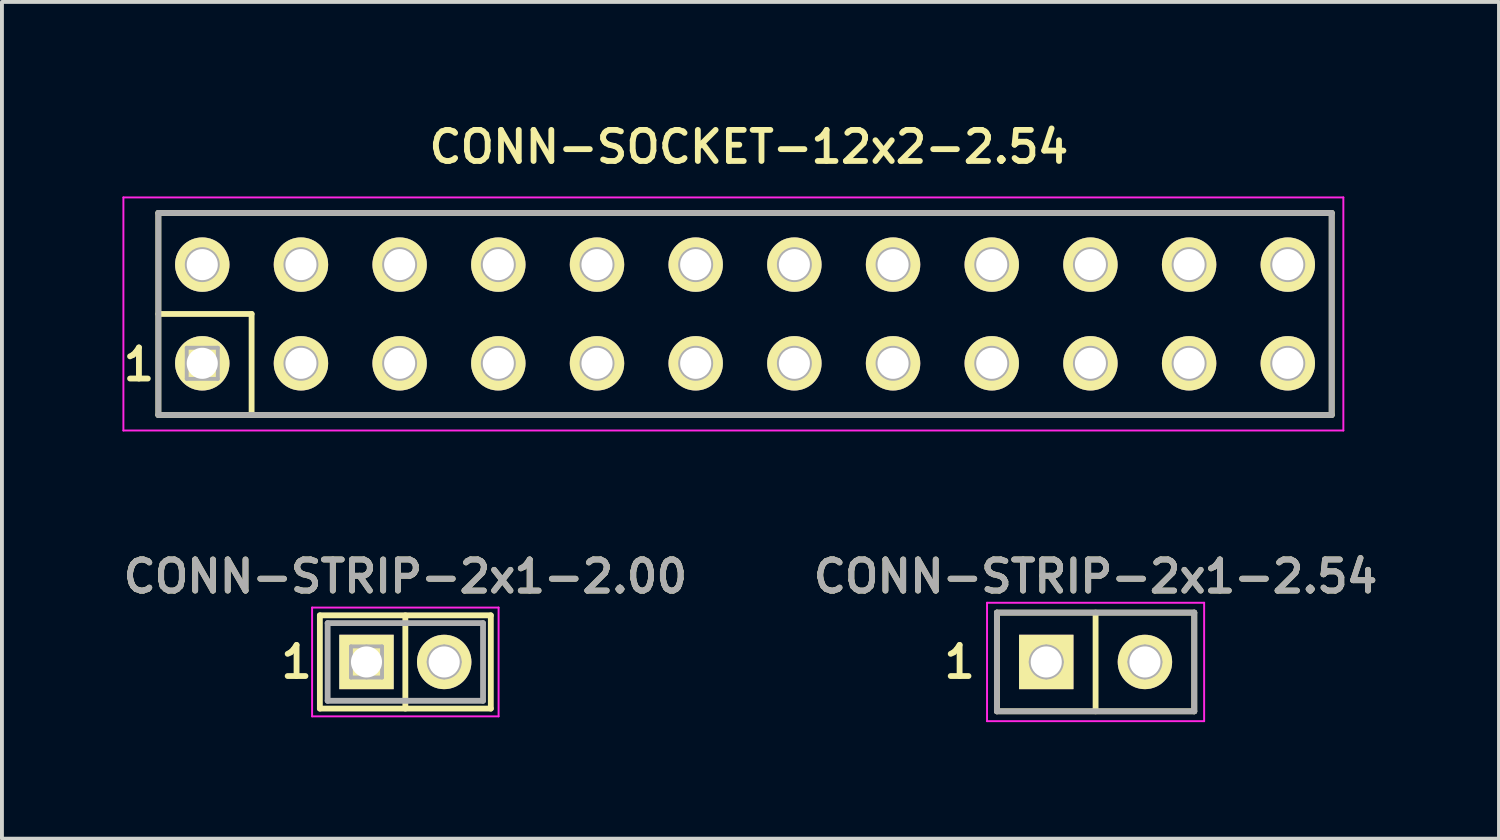
<source format=kicad_pcb>
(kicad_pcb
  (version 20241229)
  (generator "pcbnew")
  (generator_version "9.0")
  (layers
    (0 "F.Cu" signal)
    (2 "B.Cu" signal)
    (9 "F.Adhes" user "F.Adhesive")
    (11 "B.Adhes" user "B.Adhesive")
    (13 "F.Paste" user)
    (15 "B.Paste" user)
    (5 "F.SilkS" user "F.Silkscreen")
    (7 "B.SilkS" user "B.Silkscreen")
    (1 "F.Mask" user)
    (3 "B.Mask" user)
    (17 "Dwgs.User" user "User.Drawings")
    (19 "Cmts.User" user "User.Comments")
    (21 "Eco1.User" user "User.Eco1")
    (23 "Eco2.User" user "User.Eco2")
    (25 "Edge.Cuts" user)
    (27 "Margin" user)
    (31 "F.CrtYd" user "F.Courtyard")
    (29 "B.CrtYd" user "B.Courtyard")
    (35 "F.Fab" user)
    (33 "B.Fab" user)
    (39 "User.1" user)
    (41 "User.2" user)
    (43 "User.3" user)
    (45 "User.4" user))
  (footprint "CONN-SOCKET-12x2-2.54"
    (layer "F.Cu")
    (at 16.126 5.031)
    (property "Reference" "CONN-SOCKET-12x2-2.54" (at 0.1 -4.3 0) (layer "F.SilkS") (effects (font (size 0.8 0.8) (thickness 0.15))))
    (attr through_hole)
    (fp_line (start -15.1 -2.6) (end 15.1 -2.6) (stroke (width 0.15) (type solid)) (layer "F.SilkS"))
    (fp_line (start -15.1 0) (end -12.7 0) (stroke (width 0.15) (type solid)) (layer "F.SilkS"))
    (fp_line (start -15.1 2.6) (end -15.1 -2.6) (stroke (width 0.15) (type solid)) (layer "F.SilkS"))
    (fp_line (start -12.7 0) (end -12.7 2.6) (stroke (width 0.15) (type solid)) (layer "F.SilkS"))
    (fp_line (start 15.1 -2.6) (end 15.1 2.6) (stroke (width 0.15) (type solid)) (layer "F.SilkS"))
    (fp_line (start 15.1 2.6) (end -15.1 2.6) (stroke (width 0.15) (type solid)) (layer "F.SilkS"))
    (fp_line (start -16 -3) (end -16 3) (stroke (width 0.05) (type solid)) (layer "F.CrtYd"))
    (fp_line (start -16 3) (end 15.4 3) (stroke (width 0.05) (type solid)) (layer "F.CrtYd"))
    (fp_line (start 15.4 -3) (end -16 -3) (stroke (width 0.05) (type solid)) (layer "F.CrtYd"))
    (fp_line (start 15.4 3) (end 15.4 -3) (stroke (width 0.05) (type solid)) (layer "F.CrtYd"))
    (fp_line (start -15.1 -2.6) (end -15.1 2.6) (stroke (width 0.15) (type solid)) (layer "F.Fab"))
    (fp_line (start -15.1 2.6) (end 15.1 2.6) (stroke (width 0.15) (type solid)) (layer "F.Fab"))
    (fp_line (start -14.37 0.87) (end -13.57 0.87) (stroke (width 0.1) (type solid)) (layer "F.Fab"))
    (fp_line (start -14.37 1.67) (end -14.37 0.87) (stroke (width 0.1) (type solid)) (layer "F.Fab"))
    (fp_line (start -13.57 0.87) (end -13.57 1.67) (stroke (width 0.1) (type solid)) (layer "F.Fab"))
    (fp_line (start -13.57 1.67) (end -14.37 1.67) (stroke (width 0.1) (type solid)) (layer "F.Fab"))
    (fp_line (start 15.1 -2.6) (end -15.1 -2.6) (stroke (width 0.15) (type solid)) (layer "F.Fab"))
    (fp_line (start 15.1 2.6) (end 15.1 -2.6) (stroke (width 0.15) (type solid)) (layer "F.Fab"))
    (fp_circle (center -13.97 -1.27) (end -13.57 -1.27) (stroke (width 0.1) (type solid)) (fill no) (layer "F.Fab"))
    (fp_circle (center -11.43 -1.27) (end -11.03 -1.27) (stroke (width 0.1) (type solid)) (fill no) (layer "F.Fab"))
    (fp_circle (center -11.43 1.27) (end -11.03 1.27) (stroke (width 0.1) (type solid)) (fill no) (layer "F.Fab"))
    (fp_circle (center -8.89 -1.27) (end -8.49 -1.27) (stroke (width 0.1) (type solid)) (fill no) (layer "F.Fab"))
    (fp_circle (center -8.89 1.27) (end -8.49 1.27) (stroke (width 0.1) (type solid)) (fill no) (layer "F.Fab"))
    (fp_circle (center -6.35 -1.27) (end -5.95 -1.27) (stroke (width 0.1) (type solid)) (fill no) (layer "F.Fab"))
    (fp_circle (center -6.35 1.27) (end -5.95 1.27) (stroke (width 0.1) (type solid)) (fill no) (layer "F.Fab"))
    (fp_circle (center -3.81 -1.27) (end -3.41 -1.27) (stroke (width 0.1) (type solid)) (fill no) (layer "F.Fab"))
    (fp_circle (center -3.81 1.27) (end -3.41 1.27) (stroke (width 0.1) (type solid)) (fill no) (layer "F.Fab"))
    (fp_circle (center -1.27 -1.27) (end -0.87 -1.27) (stroke (width 0.1) (type solid)) (fill no) (layer "F.Fab"))
    (fp_circle (center -1.27 1.27) (end -0.87 1.27) (stroke (width 0.1) (type solid)) (fill no) (layer "F.Fab"))
    (fp_circle (center 1.27 -1.27) (end 1.67 -1.27) (stroke (width 0.1) (type solid)) (fill no) (layer "F.Fab"))
    (fp_circle (center 1.27 1.27) (end 1.67 1.27) (stroke (width 0.1) (type solid)) (fill no) (layer "F.Fab"))
    (fp_circle (center 3.81 -1.27) (end 4.21 -1.27) (stroke (width 0.1) (type solid)) (fill no) (layer "F.Fab"))
    (fp_circle (center 3.81 1.27) (end 4.21 1.27) (stroke (width 0.1) (type solid)) (fill no) (layer "F.Fab"))
    (fp_circle (center 6.35 -1.27) (end 6.75 -1.27) (stroke (width 0.1) (type solid)) (fill no) (layer "F.Fab"))
    (fp_circle (center 6.35 1.27) (end 6.75 1.27) (stroke (width 0.1) (type solid)) (fill no) (layer "F.Fab"))
    (fp_circle (center 8.89 -1.27) (end 9.29 -1.27) (stroke (width 0.1) (type solid)) (fill no) (layer "F.Fab"))
    (fp_circle (center 8.89 1.27) (end 9.29 1.27) (stroke (width 0.1) (type solid)) (fill no) (layer "F.Fab"))
    (fp_circle (center 11.43 -1.27) (end 11.83 -1.27) (stroke (width 0.1) (type solid)) (fill no) (layer "F.Fab"))
    (fp_circle (center 11.43 1.27) (end 11.83 1.27) (stroke (width 0.1) (type solid)) (fill no) (layer "F.Fab"))
    (fp_circle (center 13.97 -1.27) (end 14.37 -1.27) (stroke (width 0.1) (type solid)) (fill no) (layer "F.Fab"))
    (fp_circle (center 13.97 1.27) (end 14.37 1.27) (stroke (width 0.1) (type solid)) (fill no) (layer "F.Fab"))
    (fp_text user "1" (at -15.6 1.3 0) (layer "F.SilkS") (effects (font (size 0.8 0.8) (thickness 0.15))))
    (pad "1" thru_hole circle (at -13.97 1.27) (size 1.4 1.4) (drill 0.8) (layers "*.Cu" "*.Mask" "F.SilkS"))
    (pad "2" thru_hole circle (at -13.97 -1.27) (size 1.4 1.4) (drill 0.8) (layers "*.Cu" "*.Mask" "F.SilkS"))
    (pad "3" thru_hole circle (at -11.43 1.27) (size 1.4 1.4) (drill 0.8) (layers "*.Cu" "*.Mask" "F.SilkS"))
    (pad "4" thru_hole circle (at -11.43 -1.27) (size 1.4 1.4) (drill 0.8) (layers "*.Cu" "*.Mask" "F.SilkS"))
    (pad "5" thru_hole circle (at -8.89 1.27) (size 1.4 1.4) (drill 0.8) (layers "*.Cu" "*.Mask" "F.SilkS"))
    (pad "6" thru_hole circle (at -8.89 -1.27) (size 1.4 1.4) (drill 0.8) (layers "*.Cu" "*.Mask" "F.SilkS"))
    (pad "7" thru_hole circle (at -6.35 1.27) (size 1.4 1.4) (drill 0.8) (layers "*.Cu" "*.Mask" "F.SilkS"))
    (pad "8" thru_hole circle (at -6.35 -1.27) (size 1.4 1.4) (drill 0.8) (layers "*.Cu" "*.Mask" "F.SilkS"))
    (pad "9" thru_hole circle (at -3.81 1.27) (size 1.4 1.4) (drill 0.8) (layers "*.Cu" "*.Mask" "F.SilkS"))
    (pad "10" thru_hole circle (at -3.81 -1.27) (size 1.4 1.4) (drill 0.8) (layers "*.Cu" "*.Mask" "F.SilkS"))
    (pad "11" thru_hole circle (at -1.27 1.27) (size 1.4 1.4) (drill 0.8) (layers "*.Cu" "*.Mask" "F.SilkS"))
    (pad "12" thru_hole circle (at -1.27 -1.27) (size 1.4 1.4) (drill 0.8) (layers "*.Cu" "*.Mask" "F.SilkS"))
    (pad "13" thru_hole circle (at 1.27 1.27) (size 1.4 1.4) (drill 0.8) (layers "*.Cu" "*.Mask" "F.SilkS"))
    (pad "14" thru_hole circle (at 1.27 -1.27) (size 1.4 1.4) (drill 0.8) (layers "*.Cu" "*.Mask" "F.SilkS"))
    (pad "15" thru_hole circle (at 3.81 1.27) (size 1.4 1.4) (drill 0.8) (layers "*.Cu" "*.Mask" "F.SilkS"))
    (pad "16" thru_hole circle (at 3.81 -1.27) (size 1.4 1.4) (drill 0.8) (layers "*.Cu" "*.Mask" "F.SilkS"))
    (pad "17" thru_hole circle (at 6.35 1.27) (size 1.4 1.4) (drill 0.8) (layers "*.Cu" "*.Mask" "F.SilkS"))
    (pad "18" thru_hole circle (at 6.35 -1.27) (size 1.4 1.4) (drill 0.8) (layers "*.Cu" "*.Mask" "F.SilkS"))
    (pad "19" thru_hole circle (at 8.89 1.27) (size 1.4 1.4) (drill 0.8) (layers "*.Cu" "*.Mask" "F.SilkS"))
    (pad "20" thru_hole circle (at 8.89 -1.27) (size 1.4 1.4) (drill 0.8) (layers "*.Cu" "*.Mask" "F.SilkS"))
    (pad "21" thru_hole circle (at 11.43 1.27) (size 1.4 1.4) (drill 0.8) (layers "*.Cu" "*.Mask" "F.SilkS"))
    (pad "22" thru_hole circle (at 11.43 -1.27) (size 1.4 1.4) (drill 0.8) (layers "*.Cu" "*.Mask" "F.SilkS"))
    (pad "23" thru_hole circle (at 13.97 1.27) (size 1.4 1.4) (drill 0.8) (layers "*.Cu" "*.Mask" "F.SilkS"))
    (pad "24" thru_hole circle (at 13.97 -1.27) (size 1.4 1.4) (drill 0.8) (layers "*.Cu" "*.Mask" "F.SilkS")))
  (footprint "CONN-STRIP-2x1-2.54"
    (layer "F.Cu")
    (at 25.149 13.988)
    (property "Reference" "CONN-STRIP-2x1-2.54" (at 0 -2.2 0) (layer "F.SilkS") (effects (font (size 0.8 0.8) (thickness 0.15))))
    (attr through_hole)
    (fp_line (start -2.54 -1.27) (end 2.54 -1.27) (stroke (width 0.15) (type solid)) (layer "F.SilkS"))
    (fp_line (start -2.54 1.27) (end -2.54 -1.27) (stroke (width 0.15) (type solid)) (layer "F.SilkS"))
    (fp_line (start 0 -1.27) (end 0 1.27) (stroke (width 0.15) (type solid)) (layer "F.SilkS"))
    (fp_line (start 2.54 -1.27) (end 2.54 1.27) (stroke (width 0.15) (type solid)) (layer "F.SilkS"))
    (fp_line (start 2.54 1.27) (end -2.54 1.27) (stroke (width 0.15) (type solid)) (layer "F.SilkS"))
    (fp_line (start -2.794 -1.524) (end 2.794 -1.524) (stroke (width 0.05) (type solid)) (layer "F.CrtYd"))
    (fp_line (start -2.794 1.524) (end -2.794 -1.524) (stroke (width 0.05) (type solid)) (layer "F.CrtYd"))
    (fp_line (start 2.794 -1.524) (end 2.794 1.524) (stroke (width 0.05) (type solid)) (layer "F.CrtYd"))
    (fp_line (start 2.794 1.524) (end -2.794 1.524) (stroke (width 0.05) (type solid)) (layer "F.CrtYd"))
    (fp_line (start -2.54 -1.27) (end 2.54 -1.27) (stroke (width 0.15) (type solid)) (layer "F.Fab"))
    (fp_line (start -2.54 1.27) (end -2.54 -1.27) (stroke (width 0.15) (type solid)) (layer "F.Fab"))
    (fp_line (start -1.67 0) (end -0.87 0) (stroke (width 0.1) (type solid)) (layer "F.Fab"))
    (fp_line (start -1.27 -0.4) (end -1.27 0.4) (stroke (width 0.1) (type solid)) (layer "F.Fab"))
    (fp_line (start 0.87 0) (end 1.67 0) (stroke (width 0.1) (type solid)) (layer "F.Fab"))
    (fp_line (start 1.27 -0.4) (end 1.27 0.4) (stroke (width 0.1) (type solid)) (layer "F.Fab"))
    (fp_line (start 2.54 -1.27) (end 2.54 1.27) (stroke (width 0.15) (type solid)) (layer "F.Fab"))
    (fp_line (start 2.54 1.27) (end -2.54 1.27) (stroke (width 0.15) (type solid)) (layer "F.Fab"))
    (fp_circle (center -1.27 0) (end -0.87 0) (stroke (width 0.1) (type solid)) (fill no) (layer "F.Fab"))
    (fp_circle (center 1.27 0) (end 1.67 0) (stroke (width 0.1) (type solid)) (fill no) (layer "F.Fab"))
    (fp_text user "1" (at -3.5 0 0) (layer "F.SilkS") (effects (font (size 0.8 0.8) (thickness 0.15))))
    (fp_text user "${REFERENCE}" (at 0 -2.2 0) (layer "F.Fab") (effects (font (size 0.8 0.8) (thickness 0.15))))
    (pad "1" thru_hole rect (at -1.27 0) (size 1.4 1.4) (drill 0.8) (layers "*.Cu" "*.Mask" "F.SilkS"))
    (pad "2" thru_hole circle (at 1.27 0) (size 1.4 1.4) (drill 0.8) (layers "*.Cu" "*.Mask" "F.SilkS")))
  (footprint "CONN-STRIP-2x1-2.00"
    (layer "F.Cu")
    (at 7.383 13.988)
    (property "Reference" "CONN-STRIP-2x1-2.00" (at 0 -2.2 0) (layer "F.SilkS") (effects (font (size 0.8 0.8) (thickness 0.15))))
    (attr through_hole)
    (fp_line (start -2.2 -1.2) (end 2.2 -1.2) (stroke (width 0.15) (type solid)) (layer "F.SilkS"))
    (fp_line (start -2.2 1.2) (end -2.2 -1.2) (stroke (width 0.15) (type solid)) (layer "F.SilkS"))
    (fp_line (start 0 -1.2) (end 0 1.2) (stroke (width 0.15) (type solid)) (layer "F.SilkS"))
    (fp_line (start 2.2 -1.2) (end 2.2 1.2) (stroke (width 0.15) (type solid)) (layer "F.SilkS"))
    (fp_line (start 2.2 1.2) (end -2.2 1.2) (stroke (width 0.15) (type solid)) (layer "F.SilkS"))
    (fp_line (start -2.4 -1.4) (end 2.4 -1.4) (stroke (width 0.05) (type solid)) (layer "F.CrtYd"))
    (fp_line (start -2.4 1.4) (end -2.4 -1.4) (stroke (width 0.05) (type solid)) (layer "F.CrtYd"))
    (fp_line (start 2.4 -1.4) (end 2.4 1.4) (stroke (width 0.05) (type solid)) (layer "F.CrtYd"))
    (fp_line (start 2.4 1.4) (end -2.4 1.4) (stroke (width 0.05) (type solid)) (layer "F.CrtYd"))
    (fp_line (start -2 -1) (end 2 -1) (stroke (width 0.15) (type solid)) (layer "F.Fab"))
    (fp_line (start -2 1) (end -2 -1) (stroke (width 0.15) (type solid)) (layer "F.Fab"))
    (fp_line (start -1.4 -0.4) (end -0.6 -0.4) (stroke (width 0.1) (type solid)) (layer "F.Fab"))
    (fp_line (start -1.4 0) (end -0.6 0) (stroke (width 0.1) (type solid)) (layer "F.Fab"))
    (fp_line (start -1.4 0.4) (end -1.4 -0.4) (stroke (width 0.1) (type solid)) (layer "F.Fab"))
    (fp_line (start -1 -0.4) (end -1 0.4) (stroke (width 0.1) (type solid)) (layer "F.Fab"))
    (fp_line (start -0.6 -0.4) (end -0.6 0.4) (stroke (width 0.1) (type solid)) (layer "F.Fab"))
    (fp_line (start -0.6 0.4) (end -1.4 0.4) (stroke (width 0.1) (type solid)) (layer "F.Fab"))
    (fp_line (start 0.6 0) (end 1.4 0) (stroke (width 0.1) (type solid)) (layer "F.Fab"))
    (fp_line (start 1 -0.4) (end 1 0.4) (stroke (width 0.1) (type solid)) (layer "F.Fab"))
    (fp_line (start 2 -1) (end 2 1) (stroke (width 0.15) (type solid)) (layer "F.Fab"))
    (fp_line (start 2 1) (end -2 1) (stroke (width 0.15) (type solid)) (layer "F.Fab"))
    (fp_circle (center 1 0) (end 1.4 0) (stroke (width 0.1) (type solid)) (fill no) (layer "F.Fab"))
    (fp_text user "1" (at -2.8 0 0) (layer "F.SilkS") (effects (font (size 0.8 0.8) (thickness 0.15))))
    (fp_text user "${REFERENCE}" (at 0 -2.2 0) (layer "F.Fab") (effects (font (size 0.8 0.8) (thickness 0.15))))
    (pad "1" thru_hole rect (at -1 0) (size 1.4 1.4) (drill 0.8) (layers "*.Cu" "*.Mask" "F.SilkS"))
    (pad "2" thru_hole circle (at 1 0) (size 1.4 1.4) (drill 0.8) (layers "*.Cu" "*.Mask" "F.SilkS")))
  (gr_rect
    (start -3 -3)
    (end 35.532 18.537)
    (stroke (width 0.1) (type default))
    (fill no)
    (layer "Edge.Cuts")))
</source>
